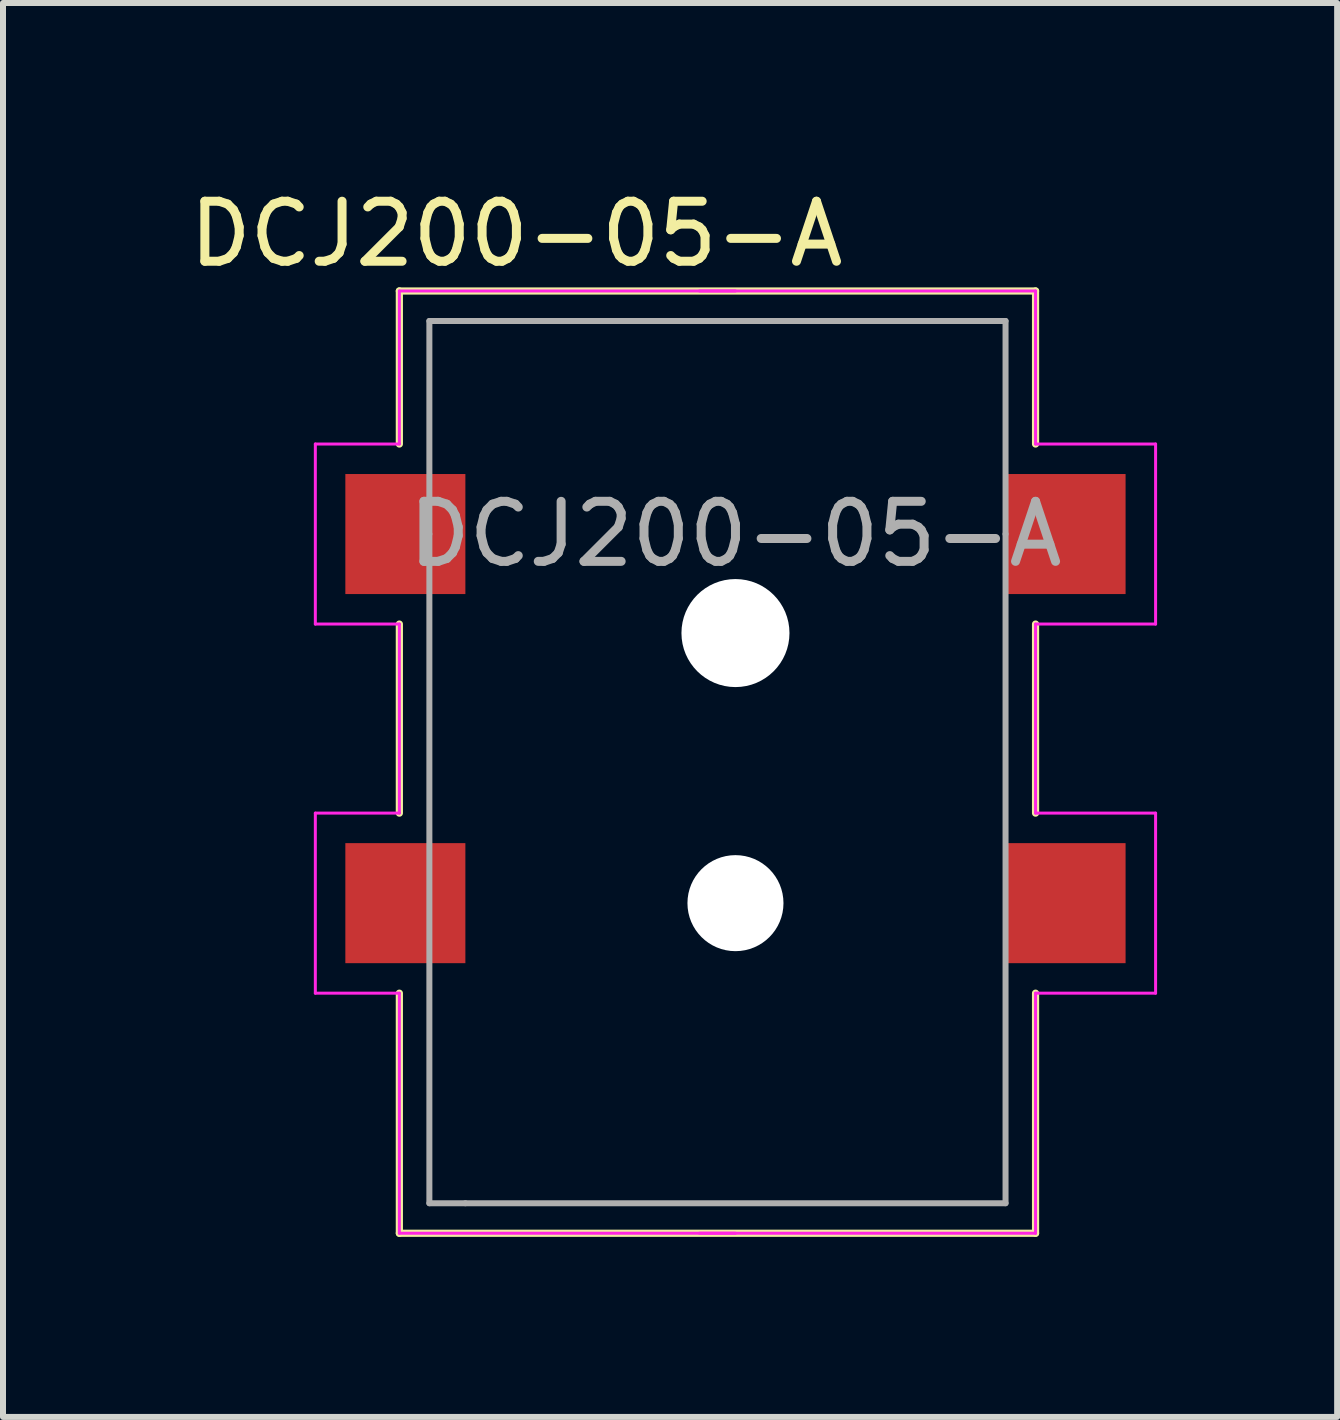
<source format=kicad_pcb>
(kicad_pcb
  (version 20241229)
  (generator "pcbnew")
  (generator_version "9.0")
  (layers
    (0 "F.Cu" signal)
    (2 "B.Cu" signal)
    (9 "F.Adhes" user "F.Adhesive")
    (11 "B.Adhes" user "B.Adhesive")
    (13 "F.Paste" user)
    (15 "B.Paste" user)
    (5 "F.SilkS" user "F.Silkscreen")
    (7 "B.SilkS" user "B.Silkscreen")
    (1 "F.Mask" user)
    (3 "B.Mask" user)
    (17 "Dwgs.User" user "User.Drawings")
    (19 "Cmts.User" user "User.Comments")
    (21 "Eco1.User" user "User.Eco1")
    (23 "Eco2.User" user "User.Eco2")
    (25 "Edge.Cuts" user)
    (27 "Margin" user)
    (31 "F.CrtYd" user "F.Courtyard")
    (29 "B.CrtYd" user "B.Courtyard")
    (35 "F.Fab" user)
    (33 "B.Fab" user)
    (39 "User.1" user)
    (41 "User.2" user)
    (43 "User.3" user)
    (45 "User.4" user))
  (footprint "DCJ200-05-A"
    (layer "F.Cu")
    (at 9.204 5.848)
    (property "Reference" "DCJ200-05-A" (at -3.65 -5 0) (unlocked yes) (layer "F.SilkS") (effects (font (size 1 1) (thickness 0.15))))
    (attr smd)
    (fp_line (start -5.6 -4.05) (end 5 -4.05) (stroke (width 0.12) (type default)) (layer "F.SilkS"))
    (fp_line (start -5.6 -1.5) (end -5.6 -4.05) (stroke (width 0.12) (type default)) (layer "F.SilkS"))
    (fp_line (start -5.6 1.5) (end -5.6 4.65) (stroke (width 0.12) (type default)) (layer "F.SilkS"))
    (fp_line (start -5.6 7.65) (end -5.6 11.65) (stroke (width 0.12) (type default)) (layer "F.SilkS"))
    (fp_line (start -5.6 11.65) (end 5 11.65) (stroke (width 0.12) (type default)) (layer "F.SilkS"))
    (fp_line (start 5 -4.05) (end 5 -1.5) (stroke (width 0.12) (type default)) (layer "F.SilkS"))
    (fp_line (start 5 1.5) (end 5 4.65) (stroke (width 0.12) (type default)) (layer "F.SilkS"))
    (fp_line (start 5 11.65) (end 5 7.65) (stroke (width 0.12) (type default)) (layer "F.SilkS"))
    (fp_line (start -7 -1.5) (end -7 1.5) (stroke (width 0.05) (type default)) (layer "F.CrtYd"))
    (fp_line (start -7 1.5) (end -5.6 1.5) (stroke (width 0.05) (type default)) (layer "F.CrtYd"))
    (fp_line (start -7 4.65) (end -7 7.65) (stroke (width 0.05) (type default)) (layer "F.CrtYd"))
    (fp_line (start -7 7.65) (end -5.6 7.65) (stroke (width 0.05) (type default)) (layer "F.CrtYd"))
    (fp_line (start -5.6 -4.05) (end -5.6 -1.5) (stroke (width 0.05) (type default)) (layer "F.CrtYd"))
    (fp_line (start -5.6 -4.05) (end 0 -4.05) (stroke (width 0.05) (type default)) (layer "F.CrtYd"))
    (fp_line (start -5.6 -1.5) (end -7 -1.5) (stroke (width 0.05) (type default)) (layer "F.CrtYd"))
    (fp_line (start -5.6 1.5) (end -5.6 4.65) (stroke (width 0.05) (type default)) (layer "F.CrtYd"))
    (fp_line (start -5.6 4.65) (end -7 4.65) (stroke (width 0.05) (type default)) (layer "F.CrtYd"))
    (fp_line (start -5.6 7.65) (end -5.6 11.65) (stroke (width 0.05) (type default)) (layer "F.CrtYd"))
    (fp_line (start -5.6 11.65) (end 0 11.65) (stroke (width 0.05) (type default)) (layer "F.CrtYd"))
    (fp_line (start 5 -4.05) (end -0.6 -4.05) (stroke (width 0.05) (type default)) (layer "F.CrtYd"))
    (fp_line (start 5 -4.05) (end 5 -1.5) (stroke (width 0.05) (type default)) (layer "F.CrtYd"))
    (fp_line (start 5 -1.5) (end 7 -1.5) (stroke (width 0.05) (type default)) (layer "F.CrtYd"))
    (fp_line (start 5 1.5) (end 5 4.65) (stroke (width 0.05) (type default)) (layer "F.CrtYd"))
    (fp_line (start 5 4.65) (end 7 4.65) (stroke (width 0.05) (type default)) (layer "F.CrtYd"))
    (fp_line (start 5 7.65) (end 5 11.65) (stroke (width 0.05) (type default)) (layer "F.CrtYd"))
    (fp_line (start 5 11.65) (end -0.6 11.65) (stroke (width 0.05) (type default)) (layer "F.CrtYd"))
    (fp_line (start 7 -1.5) (end 7 1.5) (stroke (width 0.05) (type default)) (layer "F.CrtYd"))
    (fp_line (start 7 1.5) (end 5 1.5) (stroke (width 0.05) (type default)) (layer "F.CrtYd"))
    (fp_line (start 7 4.65) (end 7 7.65) (stroke (width 0.05) (type default)) (layer "F.CrtYd"))
    (fp_line (start 7 7.65) (end 5 7.65) (stroke (width 0.05) (type default)) (layer "F.CrtYd"))
    (fp_line (start -5.1 -3.55) (end -5.1 0) (stroke (width 0.1) (type default)) (layer "F.Fab"))
    (fp_line (start -5.1 0) (end -5.1 11.15) (stroke (width 0.1) (type default)) (layer "F.Fab"))
    (fp_line (start -4.5 11.15) (end -5.1 11.15) (stroke (width 0.1) (type default)) (layer "F.Fab"))
    (fp_line (start -4.5 11.15) (end 4.5 11.15) (stroke (width 0.1) (type default)) (layer "F.Fab"))
    (fp_line (start 4.5 -3.55) (end -5.1 -3.55) (stroke (width 0.1) (type default)) (layer "F.Fab"))
    (fp_line (start 4.5 0) (end 4.5 -3.55) (stroke (width 0.1) (type default)) (layer "F.Fab"))
    (fp_line (start 4.5 0) (end 4.5 11.15) (stroke (width 0.1) (type default)) (layer "F.Fab"))
    (fp_text user "${REFERENCE}" (at 0 0 0) (unlocked yes) (layer "F.Fab") (effects (font (size 1 1) (thickness 0.15))))
    (pad "" np_thru_hole circle (at 0 1.65) (size 1.8 1.8) (drill 1.8) (layers "*.Cu" "*.Mask"))
    (pad "" np_thru_hole circle (at 0 6.15) (size 1.6 1.6) (drill 1.6) (layers "*.Cu" "*.Mask"))
    (pad "1" smd rect (at -5.5 0) (size 2 2) (layers "F.Cu" "F.Mask" "F.Paste"))
    (pad "1" smd rect (at -5.5 6.15) (size 2 2) (layers "F.Cu" "F.Mask" "F.Paste"))
    (pad "2" smd rect (at 5.5 6.15) (size 2 2) (layers "F.Cu" "F.Mask" "F.Paste"))
    (pad "3" smd rect (at 5.5 0) (size 2 2) (layers "F.Cu" "F.Mask" "F.Paste")))
  (gr_rect
    (start -3 -3)
    (end 19.229 20.558)
    (stroke (width 0.1) (type default))
    (fill no)
    (layer "Edge.Cuts")))
</source>
